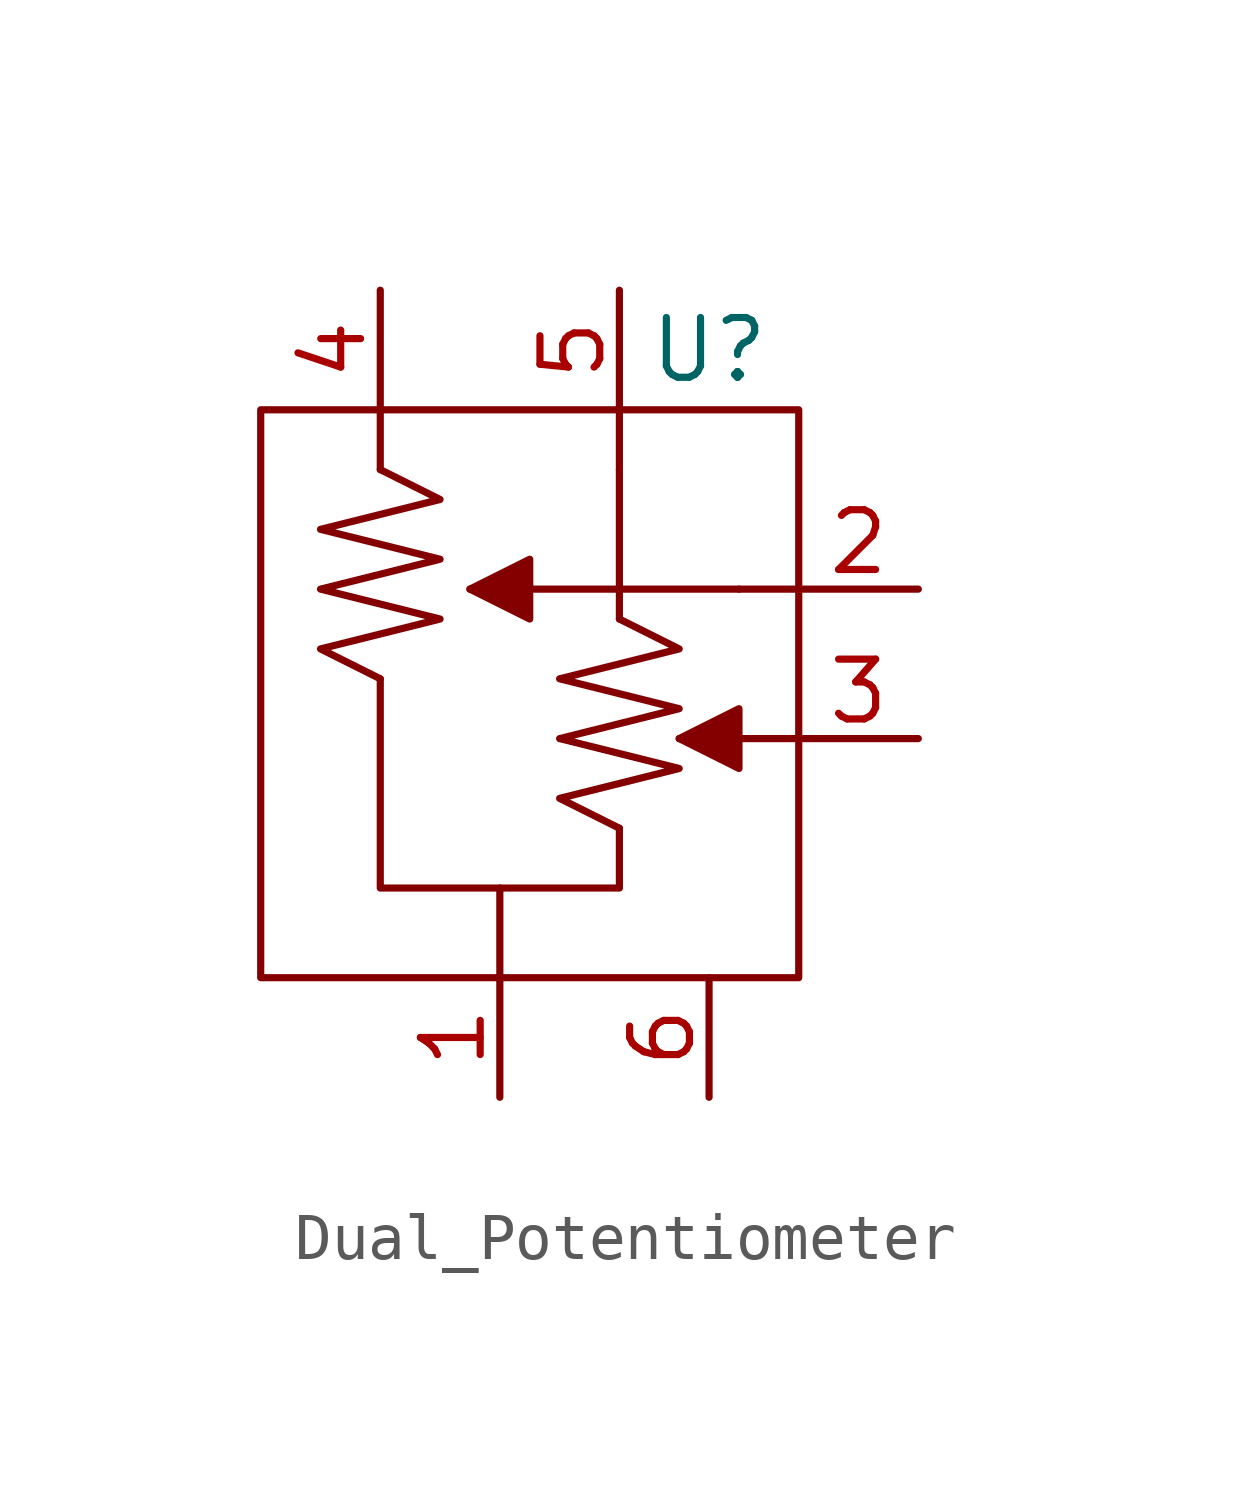
<source format=kicad_sym>
(kicad_symbol_lib
  (version 20220914)
  (generator kicad_symbol_editor)
  (symbol "Dual_Potentiometer"
    (property "Reference" "U"
      (at 4.445 6.35 0)
      (effects (font (size 1.27 1.27))))
    (property "Value" ""
      (at 10.16 -8.89 0)
      (effects (font (size 1.27 1.27))))
    (symbol "Dual_Potentiometer_0_1"
      (polyline (pts (xy 2.54 0.635) (xy 2.54 3.81)) (stroke (width 0) (type default)) (fill (type none)))
      (polyline (pts (xy 5.08 -1.905) (xy 3.81 -1.905)) (stroke (width 0) (type default)) (fill (type none)))
      (polyline (pts (xy 5.08 1.27) (xy -0.635 1.27)) (stroke (width 0) (type default)) (fill (type none)))
      (polyline (pts (xy 2.54 -3.81) (xy 2.54 -5.08) (xy 0 -5.08) (xy -2.54 -5.08) (xy -2.54 -0.635)) (stroke (width 0) (type default)) (fill (type none)))
      (polyline (pts (xy -2.54 3.81) (xy -1.27 3.175) (xy -3.81 2.54) (xy -1.27 1.905) (xy -3.81 1.27) (xy -1.27 0.635) (xy -3.81 0) (xy -2.54 -0.635)) (stroke (width 0) (type default)) (fill (type none)))
      (polyline (pts (xy 2.54 0.635) (xy 3.81 0) (xy 1.27 -0.635) (xy 3.81 -1.27) (xy 1.27 -1.905) (xy 3.81 -2.54) (xy 1.27 -3.175) (xy 2.54 -3.81)) (stroke (width 0) (type default)) (fill (type none))))
    (symbol "Dual_Potentiometer_1_1"
      (rectangle (start -5.08 5.08) (end 6.35 -6.985) (stroke (width 0) (type default)) (fill (type none)))
      (polyline (pts (xy -2.54 3.81) (xy -2.54 5.08)) (stroke (width 0) (type default)) (fill (type none)))
      (polyline (pts (xy 0 -6.985) (xy 0 -5.08)) (stroke (width 0) (type default)) (fill (type none)))
      (polyline (pts (xy 2.54 3.81) (xy 2.54 5.08)) (stroke (width 0) (type default)) (fill (type none)))
      (polyline (pts (xy 6.35 -1.905) (xy 5.08 -1.905)) (stroke (width 0) (type default)) (fill (type none)))
      (polyline (pts (xy 6.35 1.27) (xy 5.08 1.27)) (stroke (width 0) (type default)) (fill (type none)))
      (polyline (pts (xy -0.635 1.27) (xy 0.635 1.905) (xy 0.635 0.635) (xy -0.635 1.27)) (stroke (width 0) (type default)) (fill (type outline)))
      (polyline (pts (xy 3.81 -1.905) (xy 5.08 -1.27) (xy 5.08 -2.54) (xy 3.81 -1.905)) (stroke (width 0) (type default)) (fill (type outline)))
      (pin passive line (at 0 -9.525 90) (length 2.54) (name "" (effects (font (size 1.27 1.27)))) (number "1" (effects (font (size 1.27 1.27)))))
      (pin passive line (at 8.89 1.27 180) (length 2.54) (name "" (effects (font (size 1.27 1.27)))) (number "2" (effects (font (size 1.27 1.27)))))
      (pin passive line (at 8.89 -1.905 180) (length 2.54) (name "" (effects (font (size 1.27 1.27)))) (number "3" (effects (font (size 1.27 1.27)))))
      (pin passive line (at -2.54 7.62 270) (length 2.54) (name "" (effects (font (size 1.27 1.27)))) (number "4" (effects (font (size 1.27 1.27)))))
      (pin passive line (at 2.54 7.62 270) (length 2.54) (name "" (effects (font (size 1.27 1.27)))) (number "5" (effects (font (size 1.27 1.27)))))
      (pin passive line (at 4.445 -9.525 90) (length 2.54) (name "" (effects (font (size 1.27 1.27)))) (number "6" (effects (font (size 1.27 1.27))))))))
</source>
